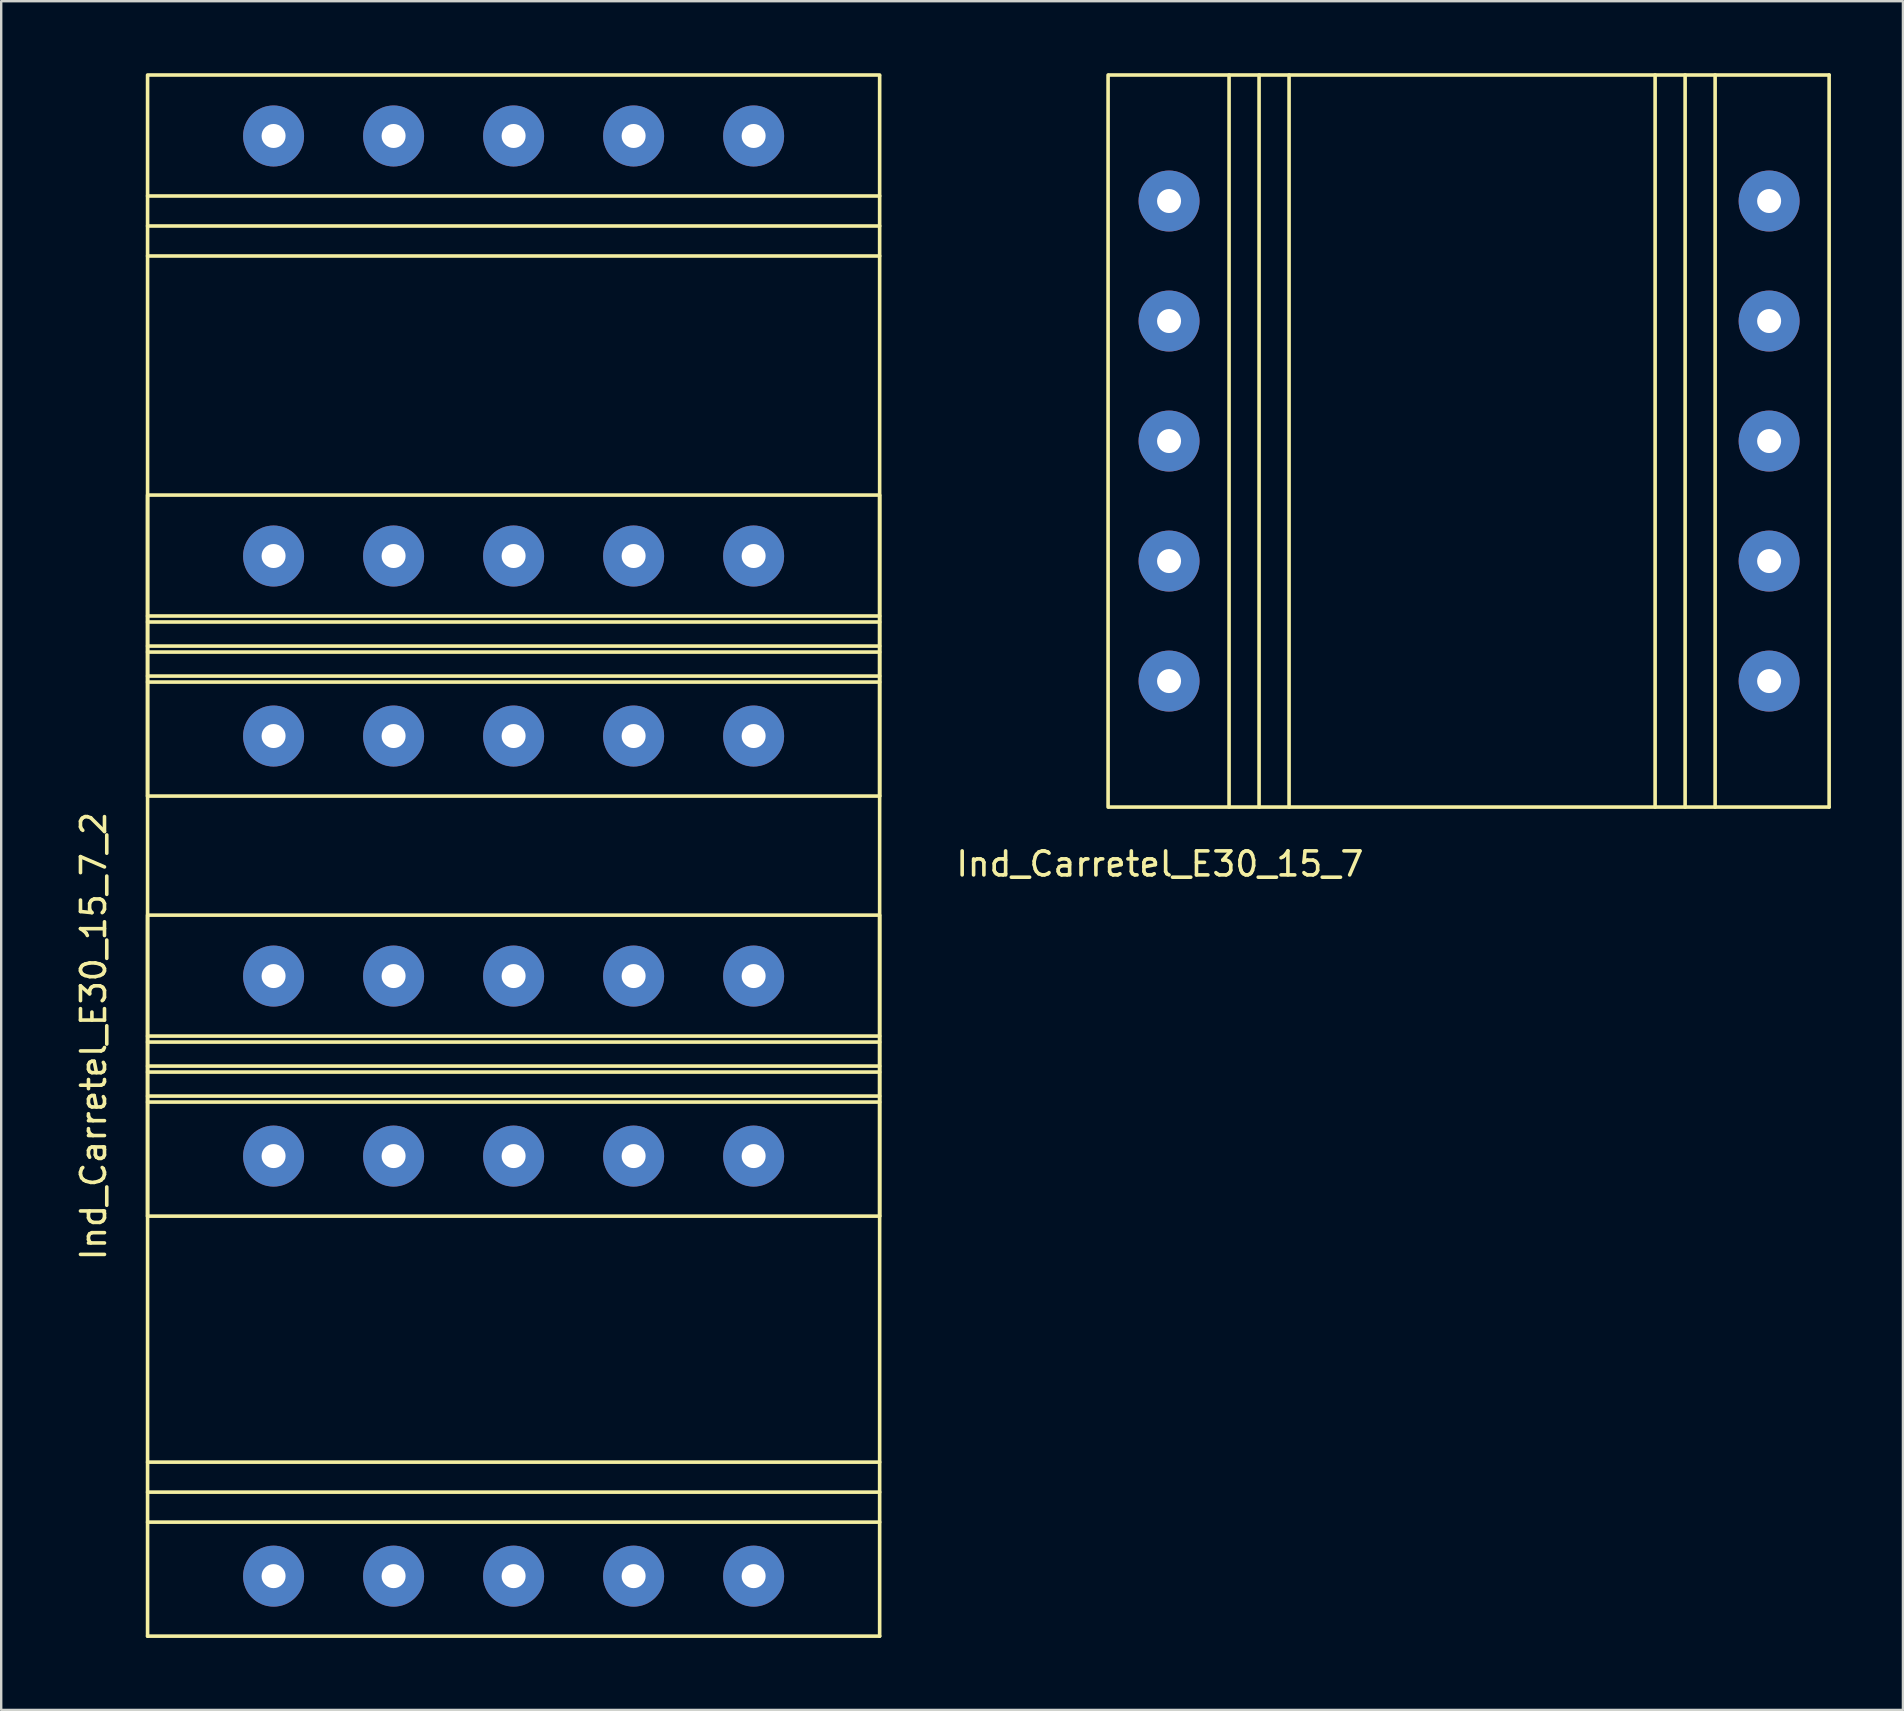
<source format=kicad_pcb>
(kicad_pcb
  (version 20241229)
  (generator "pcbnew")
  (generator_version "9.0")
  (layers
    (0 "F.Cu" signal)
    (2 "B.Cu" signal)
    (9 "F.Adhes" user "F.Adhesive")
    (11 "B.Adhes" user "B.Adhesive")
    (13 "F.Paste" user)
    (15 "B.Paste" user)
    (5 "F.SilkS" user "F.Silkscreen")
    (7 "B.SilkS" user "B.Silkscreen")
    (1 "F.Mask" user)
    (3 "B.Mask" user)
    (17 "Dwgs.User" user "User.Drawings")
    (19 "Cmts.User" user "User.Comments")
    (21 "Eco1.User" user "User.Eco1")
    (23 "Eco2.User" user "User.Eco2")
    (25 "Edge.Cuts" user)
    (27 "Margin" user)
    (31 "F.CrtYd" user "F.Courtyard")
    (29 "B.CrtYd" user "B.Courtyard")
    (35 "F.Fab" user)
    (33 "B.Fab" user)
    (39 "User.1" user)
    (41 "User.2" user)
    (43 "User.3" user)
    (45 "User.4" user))
  (footprint "Ind_Carretel_E30_15_7_2"
    (layer "F.Cu")
    (at 8.348 37.615)
    (property "Reference" "Ind_Carretel_E30_15_7_2" (at -7.5 2.5 90) (layer "F.SilkS") (effects (font (size 1 1) (thickness 0.15))))
    (attr through_hole)
    (fp_line (start -5.25 -37.5) (end -5.25 -7.5) (stroke (width 0.15) (type solid)) (layer "F.SilkS"))
    (fp_line (start -5.25 -20) (end -5.25 10) (stroke (width 0.15) (type solid)) (layer "F.SilkS"))
    (fp_line (start -5.25 -2.5) (end -5.25 27.5) (stroke (width 0.15) (type solid)) (layer "F.SilkS"))
    (fp_line (start 25.25 -37.54) (end -5.25 -37.54) (stroke (width 0.15) (type solid)) (layer "F.SilkS"))
    (fp_line (start 25.25 -37.5) (end 25.25 -7.5) (stroke (width 0.15) (type solid)) (layer "F.SilkS"))
    (fp_line (start 25.25 -32.5) (end -5.25 -32.5) (stroke (width 0.15) (type solid)) (layer "F.SilkS"))
    (fp_line (start 25.25 -31.25) (end -5.25 -31.25) (stroke (width 0.15) (type solid)) (layer "F.SilkS"))
    (fp_line (start 25.25 -30) (end -5.25 -30) (stroke (width 0.15) (type solid)) (layer "F.SilkS"))
    (fp_line (start 25.25 -20.04) (end -5.25 -20.04) (stroke (width 0.15) (type solid)) (layer "F.SilkS"))
    (fp_line (start 25.25 -20) (end 25.25 10) (stroke (width 0.15) (type solid)) (layer "F.SilkS"))
    (fp_line (start 25.25 -15) (end -5.25 -15) (stroke (width 0.15) (type solid)) (layer "F.SilkS"))
    (fp_line (start 25.25 -14.75) (end -5.25 -14.75) (stroke (width 0.15) (type solid)) (layer "F.SilkS"))
    (fp_line (start 25.25 -13.75) (end -5.25 -13.75) (stroke (width 0.15) (type solid)) (layer "F.SilkS"))
    (fp_line (start 25.25 -13.5) (end -5.25 -13.5) (stroke (width 0.15) (type solid)) (layer "F.SilkS"))
    (fp_line (start 25.25 -12.5) (end -5.25 -12.5) (stroke (width 0.15) (type solid)) (layer "F.SilkS"))
    (fp_line (start 25.25 -12.25) (end -5.25 -12.25) (stroke (width 0.15) (type solid)) (layer "F.SilkS"))
    (fp_line (start 25.25 -7.5) (end -5.25 -7.5) (stroke (width 0.15) (type solid)) (layer "F.SilkS"))
    (fp_line (start 25.25 -2.54) (end -5.25 -2.54) (stroke (width 0.15) (type solid)) (layer "F.SilkS"))
    (fp_line (start 25.25 -2.5) (end 25.25 27.5) (stroke (width 0.15) (type solid)) (layer "F.SilkS"))
    (fp_line (start 25.25 2.5) (end -5.25 2.5) (stroke (width 0.15) (type solid)) (layer "F.SilkS"))
    (fp_line (start 25.25 2.75) (end -5.25 2.75) (stroke (width 0.15) (type solid)) (layer "F.SilkS"))
    (fp_line (start 25.25 3.75) (end -5.25 3.75) (stroke (width 0.15) (type solid)) (layer "F.SilkS"))
    (fp_line (start 25.25 4) (end -5.25 4) (stroke (width 0.15) (type solid)) (layer "F.SilkS"))
    (fp_line (start 25.25 5) (end -5.25 5) (stroke (width 0.15) (type solid)) (layer "F.SilkS"))
    (fp_line (start 25.25 5.25) (end -5.25 5.25) (stroke (width 0.15) (type solid)) (layer "F.SilkS"))
    (fp_line (start 25.25 10) (end -5.25 10) (stroke (width 0.15) (type solid)) (layer "F.SilkS"))
    (fp_line (start 25.25 20.25) (end -5.25 20.25) (stroke (width 0.15) (type solid)) (layer "F.SilkS"))
    (fp_line (start 25.25 21.5) (end -5.25 21.5) (stroke (width 0.15) (type solid)) (layer "F.SilkS"))
    (fp_line (start 25.25 22.75) (end -5.25 22.75) (stroke (width 0.15) (type solid)) (layer "F.SilkS"))
    (fp_line (start 25.25 27.5) (end -5.25 27.5) (stroke (width 0.15) (type solid)) (layer "F.SilkS"))
    (pad "" thru_hole circle (at 0 -35 270) (size 2.54 2.54) (drill 1) (layers "*.Cu" "*.Mask"))
    (pad "" thru_hole circle (at 0 25 270) (size 2.54 2.54) (drill 1) (layers "*.Cu" "*.Mask"))
    (pad "" thru_hole circle (at 5 -35 270) (size 2.54 2.54) (drill 1) (layers "*.Cu" "*.Mask"))
    (pad "" thru_hole circle (at 5 25 270) (size 2.54 2.54) (drill 1) (layers "*.Cu" "*.Mask"))
    (pad "" thru_hole circle (at 10 -35 270) (size 2.54 2.54) (drill 1) (layers "*.Cu" "*.Mask"))
    (pad "" thru_hole circle (at 10 25 270) (size 2.54 2.54) (drill 1) (layers "*.Cu" "*.Mask"))
    (pad "" thru_hole circle (at 15 -35 270) (size 2.54 2.54) (drill 1) (layers "*.Cu" "*.Mask"))
    (pad "" thru_hole circle (at 15 25 270) (size 2.54 2.54) (drill 1) (layers "*.Cu" "*.Mask"))
    (pad "" thru_hole circle (at 20 -35 270) (size 2.54 2.54) (drill 1) (layers "*.Cu" "*.Mask"))
    (pad "" thru_hole circle (at 20 25 270) (size 2.54 2.54) (drill 1) (layers "*.Cu" "*.Mask"))
    (pad "1" thru_hole circle (at 0 0 270) (size 2.54 2.54) (drill 1) (layers "*.Cu" "*.Mask"))
    (pad "1" thru_hole circle (at 0 7.5 270) (size 2.54 2.54) (drill 1) (layers "*.Cu" "*.Mask"))
    (pad "2" thru_hole circle (at 5 0 270) (size 2.54 2.54) (drill 1) (layers "*.Cu" "*.Mask"))
    (pad "2" thru_hole circle (at 5 7.5 270) (size 2.54 2.54) (drill 1) (layers "*.Cu" "*.Mask"))
    (pad "3" thru_hole circle (at 10 0 270) (size 2.54 2.54) (drill 1) (layers "*.Cu" "*.Mask"))
    (pad "3" thru_hole circle (at 10 7.5 270) (size 2.54 2.54) (drill 1) (layers "*.Cu" "*.Mask"))
    (pad "4" thru_hole circle (at 15 0 270) (size 2.54 2.54) (drill 1) (layers "*.Cu" "*.Mask"))
    (pad "4" thru_hole circle (at 15 7.5 270) (size 2.54 2.54) (drill 1) (layers "*.Cu" "*.Mask"))
    (pad "5" thru_hole circle (at 20 0 270) (size 2.54 2.54) (drill 1) (layers "*.Cu" "*.Mask"))
    (pad "5" thru_hole circle (at 20 7.5 270) (size 2.54 2.54) (drill 1) (layers "*.Cu" "*.Mask"))
    (pad "6" thru_hole circle (at 20 -17.5 270) (size 2.54 2.54) (drill 1) (layers "*.Cu" "*.Mask"))
    (pad "6" thru_hole circle (at 20 -10 270) (size 2.54 2.54) (drill 1) (layers "*.Cu" "*.Mask"))
    (pad "7" thru_hole circle (at 15 -17.5 270) (size 2.54 2.54) (drill 1) (layers "*.Cu" "*.Mask"))
    (pad "7" thru_hole circle (at 15 -10 270) (size 2.54 2.54) (drill 1) (layers "*.Cu" "*.Mask"))
    (pad "8" thru_hole circle (at 10 -17.5 270) (size 2.54 2.54) (drill 1) (layers "*.Cu" "*.Mask"))
    (pad "8" thru_hole circle (at 10 -10 270) (size 2.54 2.54) (drill 1) (layers "*.Cu" "*.Mask"))
    (pad "9" thru_hole circle (at 5 -17.5 270) (size 2.54 2.54) (drill 1) (layers "*.Cu" "*.Mask"))
    (pad "9" thru_hole circle (at 5 -10 270) (size 2.54 2.54) (drill 1) (layers "*.Cu" "*.Mask"))
    (pad "10" thru_hole circle (at 0 -17.5 270) (size 2.54 2.54) (drill 1) (layers "*.Cu" "*.Mask"))
    (pad "10" thru_hole circle (at 0 -10 270) (size 2.54 2.54) (drill 1) (layers "*.Cu" "*.Mask")))
  (footprint "Ind_Carretel_E30_15_7"
    (layer "F.Cu")
    (at 45.655 25.325)
    (property "Reference" "Ind_Carretel_E30_15_7" (at -0.381 7.62 0) (layer "F.SilkS") (effects (font (size 1 1) (thickness 0.15))))
    (attr through_hole)
    (fp_line (start -2.54 -25.25) (end -2.54 5.25) (stroke (width 0.15) (type solid)) (layer "F.SilkS"))
    (fp_line (start -2.5 -25.25) (end 27.5 -25.25) (stroke (width 0.15) (type solid)) (layer "F.SilkS"))
    (fp_line (start -2.5 5.25) (end 27.5 5.25) (stroke (width 0.15) (type solid)) (layer "F.SilkS"))
    (fp_line (start 2.5 -25.25) (end 2.5 5.25) (stroke (width 0.15) (type solid)) (layer "F.SilkS"))
    (fp_line (start 3.75 -25.25) (end 3.75 5.25) (stroke (width 0.15) (type solid)) (layer "F.SilkS"))
    (fp_line (start 5 -25.25) (end 5 5.25) (stroke (width 0.15) (type solid)) (layer "F.SilkS"))
    (fp_line (start 20.25 -25.25) (end 20.25 5.25) (stroke (width 0.15) (type solid)) (layer "F.SilkS"))
    (fp_line (start 21.5 -25.25) (end 21.5 5.25) (stroke (width 0.15) (type solid)) (layer "F.SilkS"))
    (fp_line (start 22.75 -25.25) (end 22.75 5.25) (stroke (width 0.15) (type solid)) (layer "F.SilkS"))
    (fp_line (start 27.5 -25.25) (end 27.5 5.25) (stroke (width 0.15) (type solid)) (layer "F.SilkS"))
    (pad "1" thru_hole circle (at 0 0) (size 2.54 2.54) (drill 1) (layers "*.Cu" "*.Mask"))
    (pad "2" thru_hole circle (at 0 -5) (size 2.54 2.54) (drill 1) (layers "*.Cu" "*.Mask"))
    (pad "3" thru_hole circle (at 0 -10) (size 2.54 2.54) (drill 1) (layers "*.Cu" "*.Mask"))
    (pad "4" thru_hole circle (at 0 -15) (size 2.54 2.54) (drill 1) (layers "*.Cu" "*.Mask"))
    (pad "5" thru_hole circle (at 0 -20) (size 2.54 2.54) (drill 1) (layers "*.Cu" "*.Mask"))
    (pad "6" thru_hole circle (at 25 -20) (size 2.54 2.54) (drill 1) (layers "*.Cu" "*.Mask"))
    (pad "7" thru_hole circle (at 25 -15) (size 2.54 2.54) (drill 1) (layers "*.Cu" "*.Mask"))
    (pad "8" thru_hole circle (at 25 -10) (size 2.54 2.54) (drill 1) (layers "*.Cu" "*.Mask"))
    (pad "9" thru_hole circle (at 25 -5) (size 2.54 2.54) (drill 1) (layers "*.Cu" "*.Mask"))
    (pad "10" thru_hole circle (at 25 0) (size 2.54 2.54) (drill 1) (layers "*.Cu" "*.Mask")))
  (gr_rect
    (start -3 -3)
    (end 76.23 68.19)
    (stroke (width 0.1) (type default))
    (fill no)
    (layer "Edge.Cuts")))
</source>
